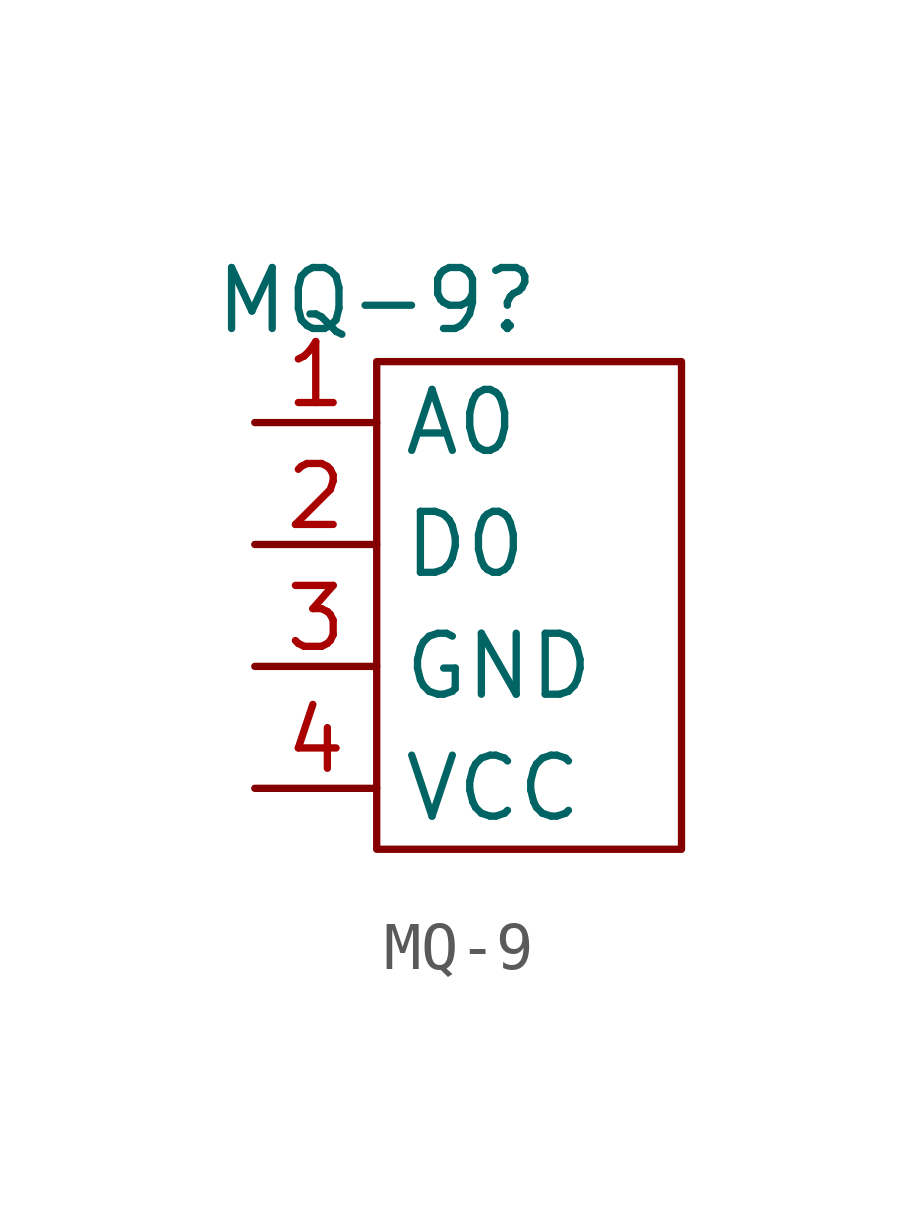
<source format=kicad_sym>
(kicad_symbol_lib
  (version 20220914)
  (generator kicad_symbol_editor)
  (symbol "MQ-9"
    (property "Reference" "MQ-9"
      (at 0 0 0)
      (effects (font (size 1.27 1.27))))
    (property "Value" ""
      (at 0 0 0)
      (effects (font (size 1.27 1.27))))
    (symbol "MQ-9_0_1"
      (rectangle (start 0 -1.27) (end 6.35 -11.43) (stroke (width 0) (type default)) (fill (type none))))
    (symbol "MQ-9_1_1"
      (pin input line (at -2.54 -2.54 0) (length 2.54) (name "A0" (effects (font (size 1.27 1.27)))) (number "1" (effects (font (size 1.27 1.27)))))
      (pin input line (at -2.54 -5.08 0) (length 2.54) (name "D0" (effects (font (size 1.27 1.27)))) (number "2" (effects (font (size 1.27 1.27)))))
      (pin power_in line (at -2.54 -7.62 0) (length 2.54) (name "GND" (effects (font (size 1.27 1.27)))) (number "3" (effects (font (size 1.27 1.27)))))
      (pin power_in line (at -2.54 -10.16 0) (length 2.54) (name "VCC" (effects (font (size 1.27 1.27)))) (number "4" (effects (font (size 1.27 1.27))))))))
</source>
